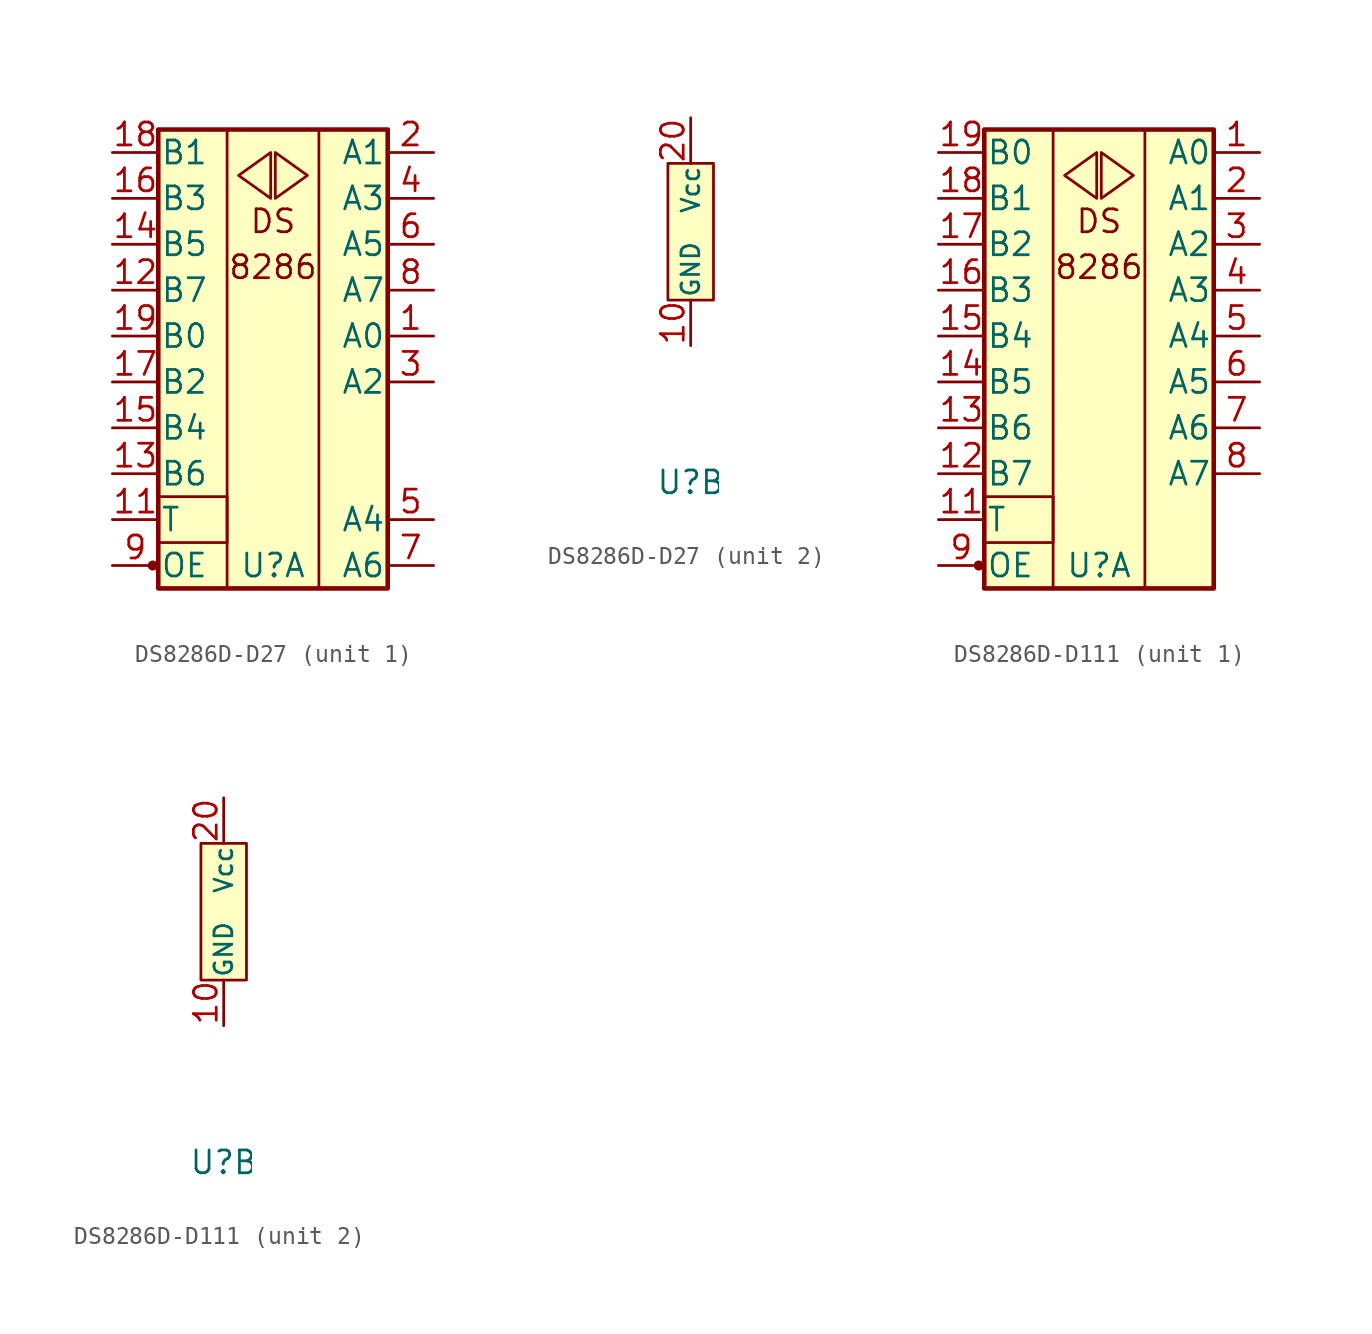
<source format=kicad_sym>
(kicad_symbol_lib
  (version 20211014)
  (generator kicad_symbol_editor)
  (symbol "DS8286D-D27"
    (pin_names
      (offset 0.102))
    (property "Reference" "U"
      (at 0 -13.97 0)
      (effects (font (size 1.27 1.27))))
    (property "ki_locked" ""
      (at 0 0 0)
      (effects (font (size 1.27 1.27))))
    (symbol "DS8286D-D27_1_0"
      (rectangle (start -2.54 10.16) (end -2.54 -15.24) (stroke (width 0) (type default) (color 0 0 0 0)) (fill (type none)))
      (rectangle (start 2.54 10.16) (end 2.54 -15.24) (stroke (width 0) (type default) (color 0 0 0 0)) (fill (type none)))
      (text "8286" (at 0 2.54 0) (effects (font (size 1.27 1.27))))
      (text "DS" (at 0 5.08 0) (effects (font (size 1.27 1.27)))))
    (symbol "DS8286D-D27_1_1"
      (circle (center -6.655 -13.97) (radius 0.203) (stroke (width 0) (type default) (color 0 0 0 0)) (fill (type outline)))
      (rectangle (start -6.35 -10.16) (end -2.54 -12.7) (stroke (width 0) (type default) (color 0 0 0 0)) (fill (type none)))
      (rectangle (start -6.35 10.16) (end 6.35 -15.24) (stroke (width 0.254) (type default) (color 0 0 0 0)) (fill (type background)))
      (polyline (pts (xy -0.127 8.89) (xy -1.905 7.62) (xy -0.127 6.35) (xy -0.127 8.89)) (stroke (width 0) (type default) (color 0 0 0 0)) (fill (type none)))
      (polyline (pts (xy 0.127 8.89) (xy 1.905 7.62) (xy 0.127 6.35) (xy 0.127 8.89)) (stroke (width 0) (type default) (color 0 0 0 0)) (fill (type none)))
      (pin bidirectional line (at 8.89 -1.27 180) (length 2.54) (name "A0" (effects (font (size 1.27 1.27)))) (number "1" (effects (font (size 1.27 1.27)))))
      (pin input line (at -8.89 -11.43 0) (length 2.54) (name "T" (effects (font (size 1.27 1.27)))) (number "11" (effects (font (size 1.27 1.27)))))
      (pin bidirectional line (at -8.89 1.27 0) (length 2.54) (name "B7" (effects (font (size 1.27 1.27)))) (number "12" (effects (font (size 1.27 1.27)))))
      (pin bidirectional line (at -8.89 -8.89 0) (length 2.54) (name "B6" (effects (font (size 1.27 1.27)))) (number "13" (effects (font (size 1.27 1.27)))))
      (pin bidirectional line (at -8.89 3.81 0) (length 2.54) (name "B5" (effects (font (size 1.27 1.27)))) (number "14" (effects (font (size 1.27 1.27)))))
      (pin bidirectional line (at -8.89 -6.35 0) (length 2.54) (name "B4" (effects (font (size 1.27 1.27)))) (number "15" (effects (font (size 1.27 1.27)))))
      (pin bidirectional line (at -8.89 6.35 0) (length 2.54) (name "B3" (effects (font (size 1.27 1.27)))) (number "16" (effects (font (size 1.27 1.27)))))
      (pin bidirectional line (at -8.89 -3.81 0) (length 2.54) (name "B2" (effects (font (size 1.27 1.27)))) (number "17" (effects (font (size 1.27 1.27)))))
      (pin bidirectional line (at -8.89 8.89 0) (length 2.54) (name "B1" (effects (font (size 1.27 1.27)))) (number "18" (effects (font (size 1.27 1.27)))))
      (pin bidirectional line (at -8.89 -1.27 0) (length 2.54) (name "B0" (effects (font (size 1.27 1.27)))) (number "19" (effects (font (size 1.27 1.27)))))
      (pin bidirectional line (at 8.89 8.89 180) (length 2.54) (name "A1" (effects (font (size 1.27 1.27)))) (number "2" (effects (font (size 1.27 1.27)))))
      (pin bidirectional line (at 8.89 -3.81 180) (length 2.54) (name "A2" (effects (font (size 1.27 1.27)))) (number "3" (effects (font (size 1.27 1.27)))))
      (pin bidirectional line (at 8.89 6.35 180) (length 2.54) (name "A3" (effects (font (size 1.27 1.27)))) (number "4" (effects (font (size 1.27 1.27)))))
      (pin bidirectional line (at 8.89 -11.43 180) (length 2.54) (name "A4" (effects (font (size 1.27 1.27)))) (number "5" (effects (font (size 1.27 1.27)))))
      (pin bidirectional line (at 8.89 3.81 180) (length 2.54) (name "A5" (effects (font (size 1.27 1.27)))) (number "6" (effects (font (size 1.27 1.27)))))
      (pin bidirectional line (at 8.89 -13.97 180) (length 2.54) (name "A6" (effects (font (size 1.27 1.27)))) (number "7" (effects (font (size 1.27 1.27)))))
      (pin bidirectional line (at 8.89 1.27 180) (length 2.54) (name "A7" (effects (font (size 1.27 1.27)))) (number "8" (effects (font (size 1.27 1.27)))))
      (pin bidirectional line (at -8.89 -13.97 0) (length 2.54) (name "OE" (effects (font (size 1.27 1.27)))) (number "9" (effects (font (size 1.27 1.27))))))
    (symbol "DS8286D-D27_2_1"
      (rectangle (start -1.27 3.81) (end 1.27 -3.81) (stroke (width 0) (type default) (color 0 0 0 0)) (fill (type background)))
      (pin power_in line (at 0 -6.35 90) (length 2.54) (name "GND" (effects (font (size 0.991 0.991)))) (number "10" (effects (font (size 1.27 1.27)))))
      (pin power_in line (at 0 6.35 270) (length 2.54) (name "Vcc" (effects (font (size 0.991 0.991)))) (number "20" (effects (font (size 1.27 1.27)))))))
  (symbol "DS8286D-D111"
    (pin_names
      (offset 0.102))
    (property "Reference" "U"
      (at 0 -13.97 0)
      (effects (font (size 1.27 1.27))))
    (property "ki_locked" ""
      (at 0 0 0)
      (effects (font (size 1.27 1.27))))
    (symbol "DS8286D-D111_1_0"
      (rectangle (start -6.35 -10.16) (end -2.54 -12.7) (stroke (width 0) (type default) (color 0 0 0 0)) (fill (type none)))
      (rectangle (start -2.54 10.16) (end -2.54 -15.24) (stroke (width 0) (type default) (color 0 0 0 0)) (fill (type none)))
      (rectangle (start 2.54 10.16) (end 2.54 -15.24) (stroke (width 0) (type default) (color 0 0 0 0)) (fill (type none)))
      (text "8286" (at 0 2.54 0) (effects (font (size 1.27 1.27))))
      (text "DS" (at 0 5.08 0) (effects (font (size 1.27 1.27)))))
    (symbol "DS8286D-D111_1_1"
      (circle (center -6.655 -13.97) (radius 0.203) (stroke (width 0) (type default) (color 0 0 0 0)) (fill (type outline)))
      (rectangle (start -6.35 10.16) (end 6.35 -15.24) (stroke (width 0.254) (type default) (color 0 0 0 0)) (fill (type background)))
      (polyline (pts (xy -0.127 8.89) (xy -1.905 7.62) (xy -0.127 6.35) (xy -0.127 8.89)) (stroke (width 0) (type default) (color 0 0 0 0)) (fill (type none)))
      (polyline (pts (xy 0.127 8.89) (xy 1.905 7.62) (xy 0.127 6.35) (xy 0.127 8.89)) (stroke (width 0) (type default) (color 0 0 0 0)) (fill (type none)))
      (pin bidirectional line (at 8.89 8.89 180) (length 2.54) (name "A0" (effects (font (size 1.27 1.27)))) (number "1" (effects (font (size 1.27 1.27)))))
      (pin input line (at -8.89 -11.43 0) (length 2.54) (name "T" (effects (font (size 1.27 1.27)))) (number "11" (effects (font (size 1.27 1.27)))))
      (pin bidirectional line (at -8.89 -8.89 0) (length 2.54) (name "B7" (effects (font (size 1.27 1.27)))) (number "12" (effects (font (size 1.27 1.27)))))
      (pin bidirectional line (at -8.89 -6.35 0) (length 2.54) (name "B6" (effects (font (size 1.27 1.27)))) (number "13" (effects (font (size 1.27 1.27)))))
      (pin bidirectional line (at -8.89 -3.81 0) (length 2.54) (name "B5" (effects (font (size 1.27 1.27)))) (number "14" (effects (font (size 1.27 1.27)))))
      (pin bidirectional line (at -8.89 -1.27 0) (length 2.54) (name "B4" (effects (font (size 1.27 1.27)))) (number "15" (effects (font (size 1.27 1.27)))))
      (pin bidirectional line (at -8.89 1.27 0) (length 2.54) (name "B3" (effects (font (size 1.27 1.27)))) (number "16" (effects (font (size 1.27 1.27)))))
      (pin bidirectional line (at -8.89 3.81 0) (length 2.54) (name "B2" (effects (font (size 1.27 1.27)))) (number "17" (effects (font (size 1.27 1.27)))))
      (pin bidirectional line (at -8.89 6.35 0) (length 2.54) (name "B1" (effects (font (size 1.27 1.27)))) (number "18" (effects (font (size 1.27 1.27)))))
      (pin bidirectional line (at -8.89 8.89 0) (length 2.54) (name "B0" (effects (font (size 1.27 1.27)))) (number "19" (effects (font (size 1.27 1.27)))))
      (pin bidirectional line (at 8.89 6.35 180) (length 2.54) (name "A1" (effects (font (size 1.27 1.27)))) (number "2" (effects (font (size 1.27 1.27)))))
      (pin bidirectional line (at 8.89 3.81 180) (length 2.54) (name "A2" (effects (font (size 1.27 1.27)))) (number "3" (effects (font (size 1.27 1.27)))))
      (pin bidirectional line (at 8.89 1.27 180) (length 2.54) (name "A3" (effects (font (size 1.27 1.27)))) (number "4" (effects (font (size 1.27 1.27)))))
      (pin bidirectional line (at 8.89 -1.27 180) (length 2.54) (name "A4" (effects (font (size 1.27 1.27)))) (number "5" (effects (font (size 1.27 1.27)))))
      (pin bidirectional line (at 8.89 -3.81 180) (length 2.54) (name "A5" (effects (font (size 1.27 1.27)))) (number "6" (effects (font (size 1.27 1.27)))))
      (pin bidirectional line (at 8.89 -6.35 180) (length 2.54) (name "A6" (effects (font (size 1.27 1.27)))) (number "7" (effects (font (size 1.27 1.27)))))
      (pin bidirectional line (at 8.89 -8.89 180) (length 2.54) (name "A7" (effects (font (size 1.27 1.27)))) (number "8" (effects (font (size 1.27 1.27)))))
      (pin bidirectional line (at -8.89 -13.97 0) (length 2.54) (name "OE" (effects (font (size 1.27 1.27)))) (number "9" (effects (font (size 1.27 1.27))))))
    (symbol "DS8286D-D111_2_1"
      (rectangle (start -1.27 3.81) (end 1.27 -3.81) (stroke (width 0) (type default) (color 0 0 0 0)) (fill (type background)))
      (pin power_in line (at 0 -6.35 90) (length 2.54) (name "GND" (effects (font (size 0.991 0.991)))) (number "10" (effects (font (size 1.27 1.27)))))
      (pin power_in line (at 0 6.35 270) (length 2.54) (name "Vcc" (effects (font (size 0.991 0.991)))) (number "20" (effects (font (size 1.27 1.27))))))))
</source>
